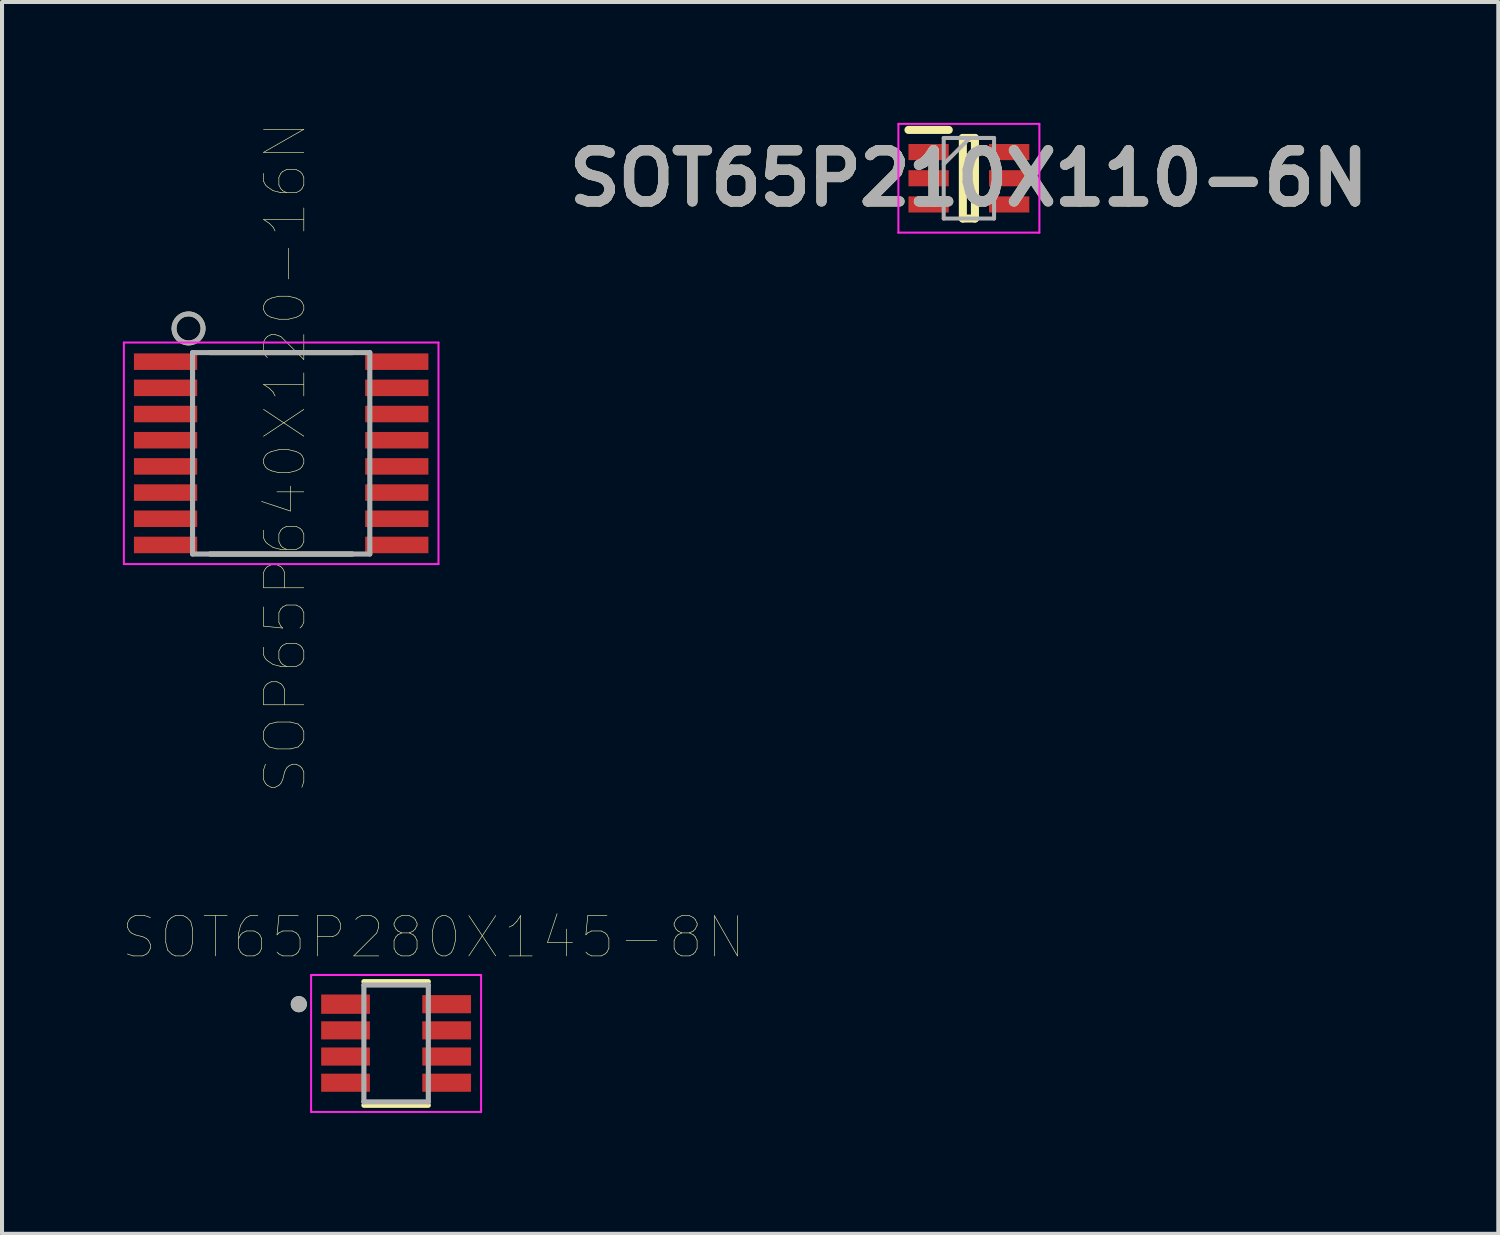
<source format=kicad_pcb>
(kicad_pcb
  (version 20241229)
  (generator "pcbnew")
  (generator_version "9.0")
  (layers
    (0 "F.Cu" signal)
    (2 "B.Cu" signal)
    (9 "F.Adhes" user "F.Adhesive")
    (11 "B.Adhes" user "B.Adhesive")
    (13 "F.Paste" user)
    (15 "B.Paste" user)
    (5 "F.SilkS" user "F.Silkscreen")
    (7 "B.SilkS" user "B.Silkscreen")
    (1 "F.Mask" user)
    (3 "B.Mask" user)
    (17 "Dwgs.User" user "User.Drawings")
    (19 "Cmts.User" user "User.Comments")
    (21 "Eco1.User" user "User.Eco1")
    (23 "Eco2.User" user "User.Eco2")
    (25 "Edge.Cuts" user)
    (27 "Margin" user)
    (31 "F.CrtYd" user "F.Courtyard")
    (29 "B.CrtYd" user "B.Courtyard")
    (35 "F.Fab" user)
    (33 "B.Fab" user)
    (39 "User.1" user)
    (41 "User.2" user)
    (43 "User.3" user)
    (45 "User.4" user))
  (footprint "SOP65P640X120-16N"
    (layer "F.Cu")
    (at 3.93 8.203)
    (property "Reference" "SOP65P640X120-16N" (at 0.1 0.1 90) (layer "F.SilkS") (effects (font (size 1 1) (thickness 0.015))))
    (attr smd)
    (fp_line (start -1.765 -2.5) (end 1.765 -2.5) (stroke (width 0.127) (type solid)) (layer "F.SilkS"))
    (fp_line (start 1.765 2.5) (end -1.765 2.5) (stroke (width 0.127) (type solid)) (layer "F.SilkS"))
    (fp_circle (center -2.3 -3.1) (end -2 -2.9) (stroke (width 0.12) (type solid)) (fill no) (layer "F.SilkS"))
    (fp_line (start -3.905 -2.75) (end -3.905 2.75) (stroke (width 0.05) (type solid)) (layer "F.CrtYd"))
    (fp_line (start -3.905 -2.75) (end 3.905 -2.75) (stroke (width 0.05) (type solid)) (layer "F.CrtYd"))
    (fp_line (start -3.905 2.75) (end 3.905 2.75) (stroke (width 0.05) (type solid)) (layer "F.CrtYd"))
    (fp_line (start 3.905 -2.75) (end 3.905 2.75) (stroke (width 0.05) (type solid)) (layer "F.CrtYd"))
    (fp_line (start -2.2 -2.5) (end -2.2 2.5) (stroke (width 0.127) (type solid)) (layer "F.Fab"))
    (fp_line (start -2.2 -2.5) (end 2.2 -2.5) (stroke (width 0.127) (type solid)) (layer "F.Fab"))
    (fp_line (start -2.2 2.5) (end 2.2 2.5) (stroke (width 0.127) (type solid)) (layer "F.Fab"))
    (fp_line (start 2.2 -2.5) (end 2.2 2.5) (stroke (width 0.127) (type solid)) (layer "F.Fab"))
    (fp_circle (center -2.3 -3.1) (end -1.939 -3.1) (stroke (width 0.12) (type solid)) (fill no) (layer "F.Fab"))
    (pad "1" smd rect (at -2.87 -2.275) (size 1.57 0.41) (layers "F.Cu" "F.Mask" "F.Paste"))
    (pad "2" smd rect (at -2.87 -1.625) (size 1.57 0.41) (layers "F.Cu" "F.Mask" "F.Paste"))
    (pad "3" smd rect (at -2.87 -0.975) (size 1.57 0.41) (layers "F.Cu" "F.Mask" "F.Paste"))
    (pad "4" smd rect (at -2.87 -0.325) (size 1.57 0.41) (layers "F.Cu" "F.Mask" "F.Paste"))
    (pad "5" smd rect (at -2.87 0.325) (size 1.57 0.41) (layers "F.Cu" "F.Mask" "F.Paste"))
    (pad "6" smd rect (at -2.87 0.975) (size 1.57 0.41) (layers "F.Cu" "F.Mask" "F.Paste"))
    (pad "7" smd rect (at -2.87 1.625) (size 1.57 0.41) (layers "F.Cu" "F.Mask" "F.Paste"))
    (pad "8" smd rect (at -2.87 2.275) (size 1.57 0.41) (layers "F.Cu" "F.Mask" "F.Paste"))
    (pad "9" smd rect (at 2.87 2.275) (size 1.57 0.41) (layers "F.Cu" "F.Mask" "F.Paste"))
    (pad "10" smd rect (at 2.87 1.625) (size 1.57 0.41) (layers "F.Cu" "F.Mask" "F.Paste"))
    (pad "11" smd rect (at 2.87 0.975) (size 1.57 0.41) (layers "F.Cu" "F.Mask" "F.Paste"))
    (pad "12" smd rect (at 2.87 0.325) (size 1.57 0.41) (layers "F.Cu" "F.Mask" "F.Paste"))
    (pad "13" smd rect (at 2.87 -0.325) (size 1.57 0.41) (layers "F.Cu" "F.Mask" "F.Paste"))
    (pad "14" smd rect (at 2.87 -0.975) (size 1.57 0.41) (layers "F.Cu" "F.Mask" "F.Paste"))
    (pad "15" smd rect (at 2.87 -1.625) (size 1.57 0.41) (layers "F.Cu" "F.Mask" "F.Paste"))
    (pad "16" smd rect (at 2.87 -2.275) (size 1.57 0.41) (layers "F.Cu" "F.Mask" "F.Paste")))
  (footprint "SOT65P280X145-8N"
    (layer "F.Cu")
    (at 6.783 22.853)
    (property "Reference" "SOT65P280X145-8N" (at 0.925 -2.635 0) (layer "F.SilkS") (effects (font (size 1 1) (thickness 0.015))))
    (attr smd)
    (fp_line (start -0.8 -1.535) (end 0.8 -1.535) (stroke (width 0.127) (type solid)) (layer "F.SilkS"))
    (fp_line (start -0.8 1.535) (end 0.8 1.535) (stroke (width 0.127) (type solid)) (layer "F.SilkS"))
    (fp_circle (center -2.415 -0.975) (end -2.315 -0.975) (stroke (width 0.2) (type solid)) (fill no) (layer "F.SilkS"))
    (fp_line (start -2.11 -1.7) (end -2.11 1.7) (stroke (width 0.05) (type solid)) (layer "F.CrtYd"))
    (fp_line (start -2.11 -1.7) (end 2.11 -1.7) (stroke (width 0.05) (type solid)) (layer "F.CrtYd"))
    (fp_line (start -2.11 1.7) (end 2.11 1.7) (stroke (width 0.05) (type solid)) (layer "F.CrtYd"))
    (fp_line (start 2.11 -1.7) (end 2.11 1.7) (stroke (width 0.05) (type solid)) (layer "F.CrtYd"))
    (fp_line (start -0.8 -1.45) (end -0.8 1.45) (stroke (width 0.127) (type solid)) (layer "F.Fab"))
    (fp_line (start -0.8 -1.45) (end 0.8 -1.45) (stroke (width 0.127) (type solid)) (layer "F.Fab"))
    (fp_line (start -0.8 1.45) (end 0.8 1.45) (stroke (width 0.127) (type solid)) (layer "F.Fab"))
    (fp_line (start 0.8 -1.45) (end 0.8 1.45) (stroke (width 0.127) (type solid)) (layer "F.Fab"))
    (fp_circle (center -2.415 -0.975) (end -2.315 -0.975) (stroke (width 0.2) (type solid)) (fill no) (layer "F.Fab"))
    (pad "1" smd rect (at -1.255 -0.975) (size 1.21 0.48) (layers "F.Cu" "F.Mask" "F.Paste"))
    (pad "2" smd rect (at -1.255 -0.325) (size 1.21 0.45) (layers "F.Cu" "F.Mask" "F.Paste"))
    (pad "3" smd rect (at -1.255 0.325) (size 1.21 0.45) (layers "F.Cu" "F.Mask" "F.Paste"))
    (pad "4" smd rect (at -1.255 0.975) (size 1.21 0.45) (layers "F.Cu" "F.Mask" "F.Paste"))
    (pad "5" smd rect (at 1.255 0.975) (size 1.21 0.45) (layers "F.Cu" "F.Mask" "F.Paste"))
    (pad "6" smd rect (at 1.255 0.325) (size 1.21 0.45) (layers "F.Cu" "F.Mask" "F.Paste"))
    (pad "7" smd rect (at 1.255 -0.325) (size 1.21 0.45) (layers "F.Cu" "F.Mask" "F.Paste"))
    (pad "8" smd rect (at 1.255 -0.975) (size 1.21 0.45) (layers "F.Cu" "F.Mask" "F.Paste")))
  (footprint "SOT65P210X110-6N"
    (layer "F.Cu")
    (at 21.002 1.375)
    (property "Reference" "SOT65P210X110-6N" (at 0 0 0) (layer "F.SilkS") (effects (font (size 1.27 1.27) (thickness 0.254))))
    (attr smd)
    (fp_line (start -1.5 -1.2) (end -0.5 -1.2) (stroke (width 0.2) (type solid)) (layer "F.SilkS"))
    (fp_line (start -0.15 -1) (end 0.15 -1) (stroke (width 0.2) (type solid)) (layer "F.SilkS"))
    (fp_line (start -0.15 1) (end -0.15 -1) (stroke (width 0.2) (type solid)) (layer "F.SilkS"))
    (fp_line (start 0.15 -1) (end 0.15 1) (stroke (width 0.2) (type solid)) (layer "F.SilkS"))
    (fp_line (start 0.15 1) (end -0.15 1) (stroke (width 0.2) (type solid)) (layer "F.SilkS"))
    (fp_line (start -1.75 -1.35) (end 1.75 -1.35) (stroke (width 0.05) (type solid)) (layer "F.CrtYd"))
    (fp_line (start -1.75 1.35) (end -1.75 -1.35) (stroke (width 0.05) (type solid)) (layer "F.CrtYd"))
    (fp_line (start 1.75 -1.35) (end 1.75 1.35) (stroke (width 0.05) (type solid)) (layer "F.CrtYd"))
    (fp_line (start 1.75 1.35) (end -1.75 1.35) (stroke (width 0.05) (type solid)) (layer "F.CrtYd"))
    (fp_line (start -0.625 -1) (end 0.625 -1) (stroke (width 0.1) (type solid)) (layer "F.Fab"))
    (fp_line (start -0.625 -0.35) (end 0.025 -1) (stroke (width 0.1) (type solid)) (layer "F.Fab"))
    (fp_line (start -0.625 1) (end -0.625 -1) (stroke (width 0.1) (type solid)) (layer "F.Fab"))
    (fp_line (start 0.625 -1) (end 0.625 1) (stroke (width 0.1) (type solid)) (layer "F.Fab"))
    (fp_line (start 0.625 1) (end -0.625 1) (stroke (width 0.1) (type solid)) (layer "F.Fab"))
    (fp_text user "${REFERENCE}" (at 0 0 0) (layer "F.Fab") (effects (font (size 1.27 1.27) (thickness 0.254))))
    (pad "1" smd rect (at -1 -0.65 90) (size 0.4 1) (layers "F.Cu" "F.Mask" "F.Paste"))
    (pad "2" smd rect (at -1 0 90) (size 0.4 1) (layers "F.Cu" "F.Mask" "F.Paste"))
    (pad "3" smd rect (at -1 0.65 90) (size 0.4 1) (layers "F.Cu" "F.Mask" "F.Paste"))
    (pad "4" smd rect (at 1 0.65 90) (size 0.4 1) (layers "F.Cu" "F.Mask" "F.Paste"))
    (pad "5" smd rect (at 1 0 90) (size 0.4 1) (layers "F.Cu" "F.Mask" "F.Paste"))
    (pad "6" smd rect (at 1 -0.65 90) (size 0.4 1) (layers "F.Cu" "F.Mask" "F.Paste")))
  (gr_rect
    (start -3 -3)
    (end 34.144 27.578)
    (stroke (width 0.1) (type default))
    (fill no)
    (layer "Edge.Cuts")))
</source>
